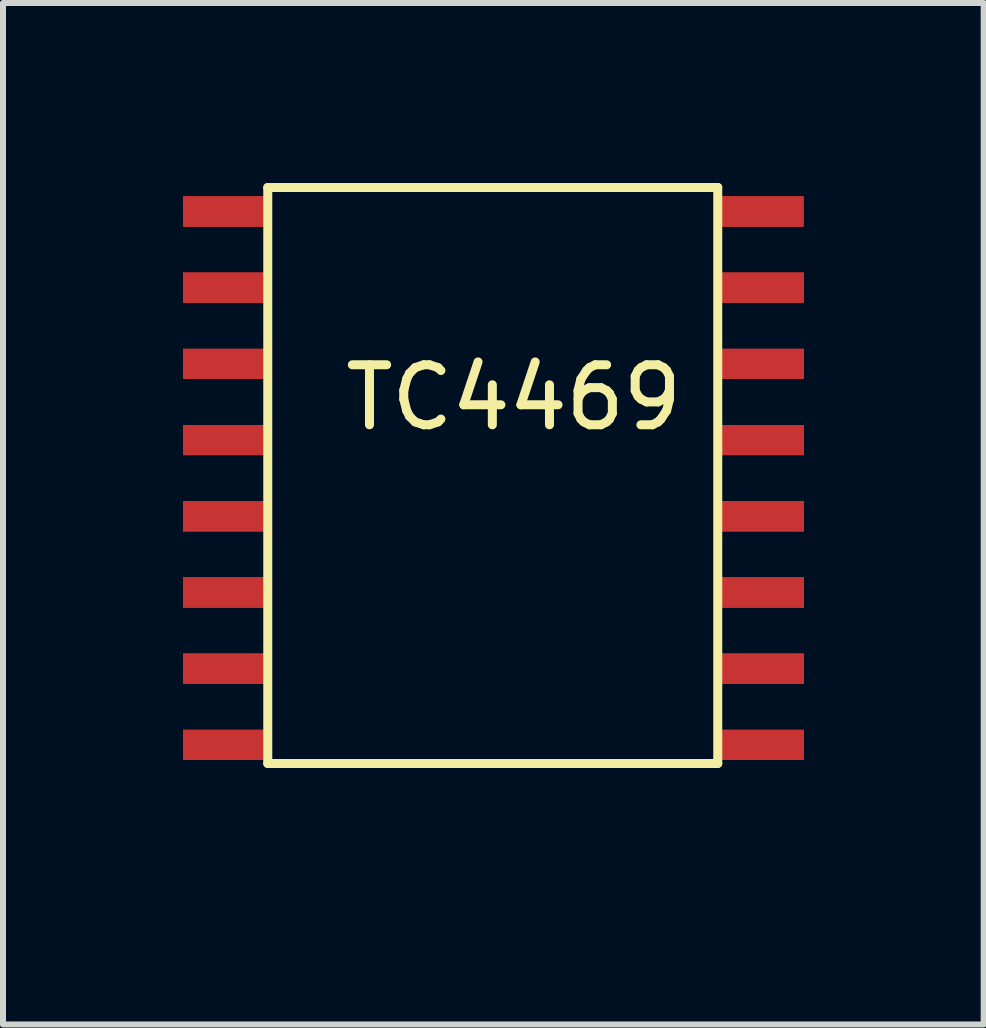
<source format=kicad_pcb>
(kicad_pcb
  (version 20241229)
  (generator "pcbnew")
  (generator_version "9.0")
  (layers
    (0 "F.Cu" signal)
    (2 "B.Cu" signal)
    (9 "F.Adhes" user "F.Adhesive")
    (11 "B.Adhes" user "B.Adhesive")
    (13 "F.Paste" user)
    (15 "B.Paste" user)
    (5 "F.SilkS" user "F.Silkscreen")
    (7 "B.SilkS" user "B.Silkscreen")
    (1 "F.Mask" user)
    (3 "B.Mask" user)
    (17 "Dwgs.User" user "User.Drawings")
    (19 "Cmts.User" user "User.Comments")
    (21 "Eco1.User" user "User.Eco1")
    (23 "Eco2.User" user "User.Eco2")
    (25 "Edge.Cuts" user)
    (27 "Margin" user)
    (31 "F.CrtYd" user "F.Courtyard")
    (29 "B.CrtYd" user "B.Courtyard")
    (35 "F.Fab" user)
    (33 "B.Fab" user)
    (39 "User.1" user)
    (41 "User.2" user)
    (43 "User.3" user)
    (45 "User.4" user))
  (footprint "TC4469"
    (layer "F.Cu")
    (at 9.113 10.775)
    (property "Reference" "TC4469" (at -3.6 -7.2 0) (layer "F.SilkS") (effects (font (size 1 1) (thickness 0.15))))
    (attr through_hole)
    (fp_line (start -7.7 -10.7) (end -0.2 -10.7) (stroke (width 0.15) (type solid)) (layer "F.SilkS"))
    (fp_line (start -7.7 -1.1) (end -7.7 -10.7) (stroke (width 0.15) (type solid)) (layer "F.SilkS"))
    (fp_line (start -0.2 -10.7) (end -0.2 -1.1) (stroke (width 0.15) (type solid)) (layer "F.SilkS"))
    (fp_line (start -0.2 -1.1) (end -7.7 -1.1) (stroke (width 0.15) (type solid)) (layer "F.SilkS"))
    (pad "1" smd rect (at -8.4 -10.3) (size 1.425 0.5) (layers "F.Cu" "F.Mask" "F.Paste"))
    (pad "1" smd rect (at -8.4 -10.3) (size 1.425 0.5) (layers "F.Cu" "F.Mask" "F.Paste"))
    (pad "1" smd rect (at -8.4 -10.3) (size 1.425 0.5) (layers "F.Cu" "F.Mask" "F.Paste"))
    (pad "1" smd rect (at -8.4 -10.3) (size 1.425 0.5) (layers "F.Cu" "F.Mask" "F.Paste"))
    (pad "2" smd rect (at -8.4 -9.03) (size 1.425 0.5) (layers "F.Cu" "F.Mask" "F.Paste"))
    (pad "2" smd rect (at -8.4 -9.03) (size 1.425 0.5) (layers "F.Cu" "F.Mask" "F.Paste"))
    (pad "2" smd rect (at -8.4 -9.03) (size 1.425 0.5) (layers "F.Cu" "F.Mask" "F.Paste"))
    (pad "2" smd rect (at -8.4 -9.03) (size 1.425 0.5) (layers "F.Cu" "F.Mask" "F.Paste"))
    (pad "3" smd rect (at -8.4 -7.76) (size 1.425 0.5) (layers "F.Cu" "F.Mask" "F.Paste"))
    (pad "3" smd rect (at -8.4 -7.76) (size 1.425 0.5) (layers "F.Cu" "F.Mask" "F.Paste"))
    (pad "3" smd rect (at -8.4 -7.76) (size 1.425 0.5) (layers "F.Cu" "F.Mask" "F.Paste"))
    (pad "3" smd rect (at -8.4 -7.76) (size 1.425 0.5) (layers "F.Cu" "F.Mask" "F.Paste"))
    (pad "4" smd rect (at -8.4 -6.49) (size 1.425 0.5) (layers "F.Cu" "F.Mask" "F.Paste"))
    (pad "4" smd rect (at -8.4 -6.49) (size 1.425 0.5) (layers "F.Cu" "F.Mask" "F.Paste"))
    (pad "4" smd rect (at -8.4 -6.49) (size 1.425 0.5) (layers "F.Cu" "F.Mask" "F.Paste"))
    (pad "4" smd rect (at -8.4 -6.49) (size 1.425 0.5) (layers "F.Cu" "F.Mask" "F.Paste"))
    (pad "5" smd rect (at -8.4 -5.22) (size 1.425 0.5) (layers "F.Cu" "F.Mask" "F.Paste"))
    (pad "5" smd rect (at -8.4 -5.22) (size 1.425 0.5) (layers "F.Cu" "F.Mask" "F.Paste"))
    (pad "5" smd rect (at -8.4 -5.22) (size 1.425 0.5) (layers "F.Cu" "F.Mask" "F.Paste"))
    (pad "5" smd rect (at -8.4 -5.22) (size 1.425 0.5) (layers "F.Cu" "F.Mask" "F.Paste"))
    (pad "6" smd rect (at -8.4 -3.95) (size 1.425 0.5) (layers "F.Cu" "F.Mask" "F.Paste"))
    (pad "6" smd rect (at -8.4 -3.95) (size 1.425 0.5) (layers "F.Cu" "F.Mask" "F.Paste"))
    (pad "6" smd rect (at -8.4 -3.95) (size 1.425 0.5) (layers "F.Cu" "F.Mask" "F.Paste"))
    (pad "6" smd rect (at -8.4 -3.95) (size 1.425 0.5) (layers "F.Cu" "F.Mask" "F.Paste"))
    (pad "7" smd rect (at -8.4 -2.68) (size 1.425 0.5) (layers "F.Cu" "F.Mask" "F.Paste"))
    (pad "7" smd rect (at -8.4 -2.68) (size 1.425 0.5) (layers "F.Cu" "F.Mask" "F.Paste"))
    (pad "7" smd rect (at -8.4 -2.68) (size 1.425 0.5) (layers "F.Cu" "F.Mask" "F.Paste"))
    (pad "7" smd rect (at -8.4 -2.68) (size 1.425 0.5) (layers "F.Cu" "F.Mask" "F.Paste"))
    (pad "8" smd rect (at -8.4 -1.41) (size 1.425 0.5) (layers "F.Cu" "F.Mask" "F.Paste"))
    (pad "8" smd rect (at -8.4 -1.41) (size 1.425 0.5) (layers "F.Cu" "F.Mask" "F.Paste"))
    (pad "8" smd rect (at -8.4 -1.41) (size 1.425 0.5) (layers "F.Cu" "F.Mask" "F.Paste"))
    (pad "8" smd rect (at -8.4 -1.41) (size 1.425 0.5) (layers "F.Cu" "F.Mask" "F.Paste"))
    (pad "9" smd rect (at 0.52 -1.41) (size 1.425 0.5) (layers "F.Cu" "F.Mask" "F.Paste"))
    (pad "9" smd rect (at 0.52 -1.41) (size 1.425 0.5) (layers "F.Cu" "F.Mask" "F.Paste"))
    (pad "9" smd rect (at 0.52 -1.41) (size 1.425 0.5) (layers "F.Cu" "F.Mask" "F.Paste"))
    (pad "9" smd rect (at 0.52 -1.41) (size 1.425 0.5) (layers "F.Cu" "F.Mask" "F.Paste"))
    (pad "10" smd rect (at 0.52 -2.68) (size 1.425 0.5) (layers "F.Cu" "F.Mask" "F.Paste"))
    (pad "10" smd rect (at 0.52 -2.68) (size 1.425 0.5) (layers "F.Cu" "F.Mask" "F.Paste"))
    (pad "10" smd rect (at 0.52 -2.68) (size 1.425 0.5) (layers "F.Cu" "F.Mask" "F.Paste"))
    (pad "10" smd rect (at 0.52 -2.68) (size 1.425 0.5) (layers "F.Cu" "F.Mask" "F.Paste"))
    (pad "11" smd rect (at 0.52 -3.95) (size 1.425 0.5) (layers "F.Cu" "F.Mask" "F.Paste"))
    (pad "11" smd rect (at 0.52 -3.95) (size 1.425 0.5) (layers "F.Cu" "F.Mask" "F.Paste"))
    (pad "11" smd rect (at 0.52 -3.95) (size 1.425 0.5) (layers "F.Cu" "F.Mask" "F.Paste"))
    (pad "11" smd rect (at 0.52 -3.95) (size 1.425 0.5) (layers "F.Cu" "F.Mask" "F.Paste"))
    (pad "12" smd rect (at 0.52 -5.22) (size 1.425 0.5) (layers "F.Cu" "F.Mask" "F.Paste"))
    (pad "12" smd rect (at 0.52 -5.22) (size 1.425 0.5) (layers "F.Cu" "F.Mask" "F.Paste"))
    (pad "12" smd rect (at 0.52 -5.22) (size 1.425 0.5) (layers "F.Cu" "F.Mask" "F.Paste"))
    (pad "12" smd rect (at 0.52 -5.22) (size 1.425 0.5) (layers "F.Cu" "F.Mask" "F.Paste"))
    (pad "13" smd rect (at 0.52 -6.49) (size 1.425 0.5) (layers "F.Cu" "F.Mask" "F.Paste"))
    (pad "13" smd rect (at 0.52 -6.49) (size 1.425 0.5) (layers "F.Cu" "F.Mask" "F.Paste"))
    (pad "13" smd rect (at 0.52 -6.49) (size 1.425 0.5) (layers "F.Cu" "F.Mask" "F.Paste"))
    (pad "13" smd rect (at 0.52 -6.49) (size 1.425 0.5) (layers "F.Cu" "F.Mask" "F.Paste"))
    (pad "14" smd rect (at 0.52 -7.76) (size 1.425 0.5) (layers "F.Cu" "F.Mask" "F.Paste"))
    (pad "14" smd rect (at 0.52 -7.76) (size 1.425 0.5) (layers "F.Cu" "F.Mask" "F.Paste"))
    (pad "14" smd rect (at 0.52 -7.76) (size 1.425 0.5) (layers "F.Cu" "F.Mask" "F.Paste"))
    (pad "14" smd rect (at 0.52 -7.76) (size 1.425 0.5) (layers "F.Cu" "F.Mask" "F.Paste"))
    (pad "15" smd rect (at 0.52 -9.03) (size 1.425 0.5) (layers "F.Cu" "F.Mask" "F.Paste"))
    (pad "15" smd rect (at 0.52 -9.03) (size 1.425 0.5) (layers "F.Cu" "F.Mask" "F.Paste"))
    (pad "15" smd rect (at 0.52 -9.03) (size 1.425 0.5) (layers "F.Cu" "F.Mask" "F.Paste"))
    (pad "15" smd rect (at 0.52 -9.03) (size 1.425 0.5) (layers "F.Cu" "F.Mask" "F.Paste"))
    (pad "16" smd rect (at 0.515 -10.3) (size 1.425 0.5) (layers "F.Cu" "F.Mask" "F.Paste"))
    (pad "16" smd rect (at 0.515 -10.3) (size 1.425 0.5) (layers "F.Cu" "F.Mask" "F.Paste"))
    (pad "16" smd rect (at 0.515 -10.3) (size 1.425 0.5) (layers "F.Cu" "F.Mask" "F.Paste"))
    (pad "16" smd rect (at 0.515 -10.3) (size 1.425 0.5) (layers "F.Cu" "F.Mask" "F.Paste")))
  (gr_rect
    (start -3 -3)
    (end 13.345 14.025)
    (stroke (width 0.1) (type default))
    (fill no)
    (layer "Edge.Cuts")))
</source>
